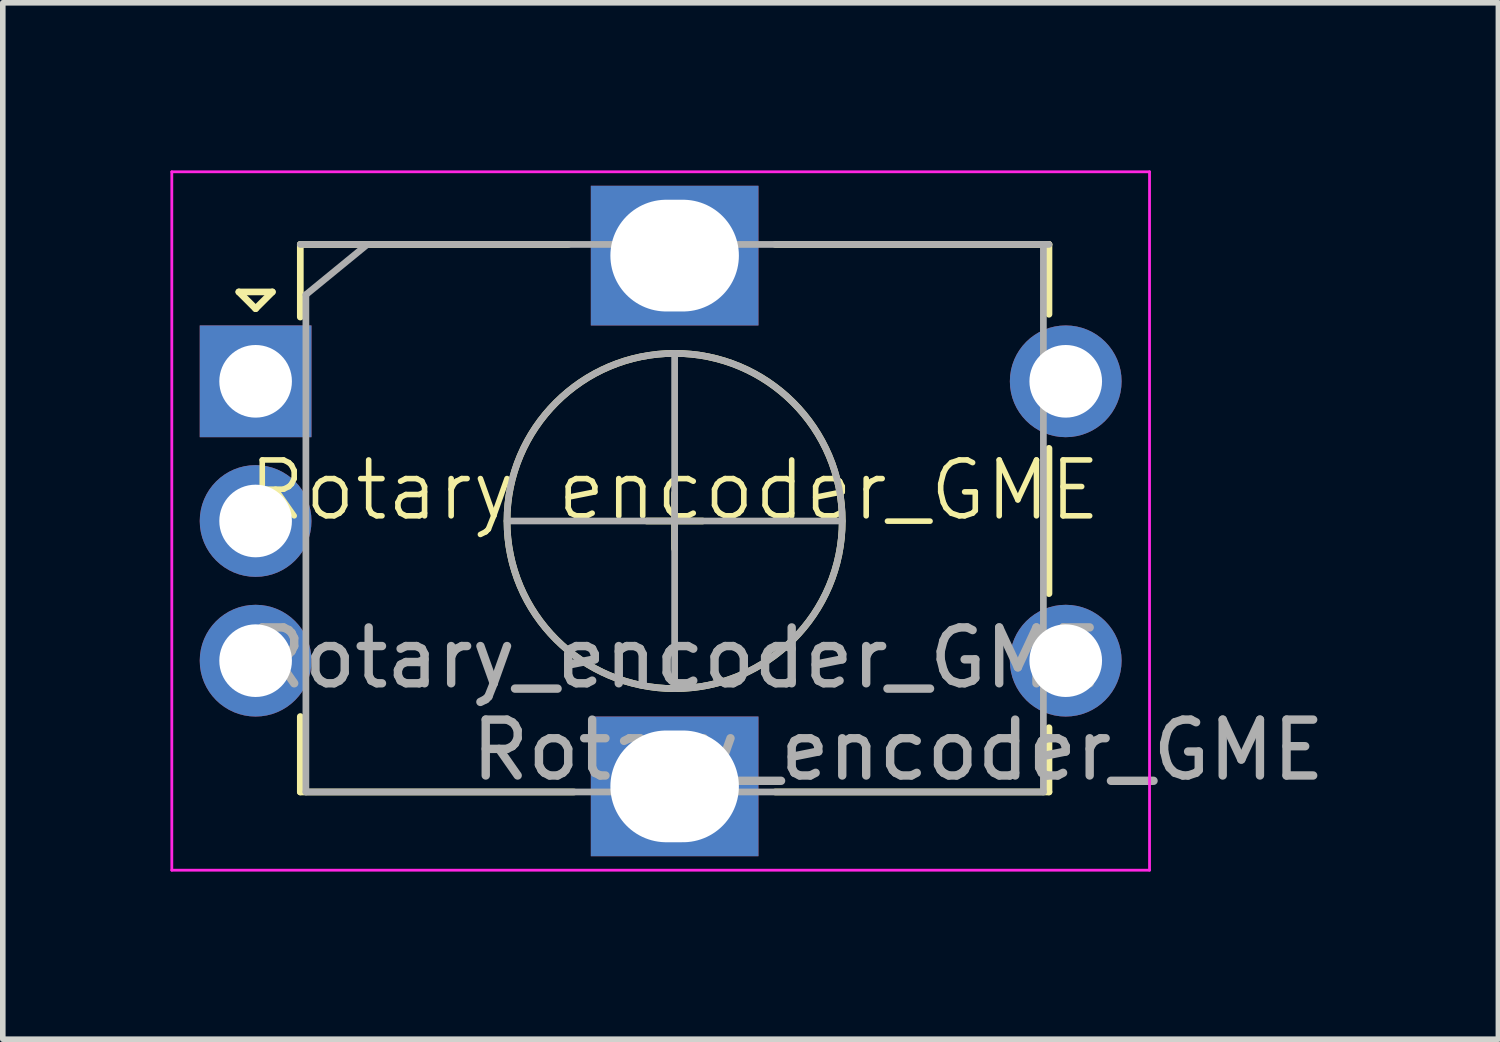
<source format=kicad_pcb>
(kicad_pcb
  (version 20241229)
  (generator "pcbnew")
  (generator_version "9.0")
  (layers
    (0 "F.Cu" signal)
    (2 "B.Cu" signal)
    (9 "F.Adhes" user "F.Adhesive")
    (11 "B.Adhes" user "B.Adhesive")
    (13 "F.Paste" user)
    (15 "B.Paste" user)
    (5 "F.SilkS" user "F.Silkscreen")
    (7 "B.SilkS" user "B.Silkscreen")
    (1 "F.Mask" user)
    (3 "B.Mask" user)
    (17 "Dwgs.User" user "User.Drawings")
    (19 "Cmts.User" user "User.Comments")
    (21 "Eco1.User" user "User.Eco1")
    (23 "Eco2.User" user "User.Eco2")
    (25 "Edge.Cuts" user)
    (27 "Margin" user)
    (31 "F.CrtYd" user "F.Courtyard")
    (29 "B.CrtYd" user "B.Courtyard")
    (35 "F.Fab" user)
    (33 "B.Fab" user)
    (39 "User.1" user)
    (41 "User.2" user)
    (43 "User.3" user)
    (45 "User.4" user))
  (footprint "Rotary_encoder_GME"
    (layer "F.Cu")
    (at 9.025 6.225)
    (property "Reference" "Rotary_encoder_GME" (at 0 -0.5 0) (unlocked yes) (layer "F.SilkS") (effects (font (size 1 1) (thickness 0.1))))
    (attr through_hole)
    (fp_line (start -7.8 -4.05) (end -7.2 -4.05) (stroke (width 0.12) (type solid)) (layer "F.SilkS"))
    (fp_line (start -7.5 -3.75) (end -7.8 -4.05) (stroke (width 0.12) (type solid)) (layer "F.SilkS"))
    (fp_line (start -7.2 -4.05) (end -7.5 -3.75) (stroke (width 0.12) (type solid)) (layer "F.SilkS"))
    (fp_line (start -6.7 -4.9) (end -6.7 -3.6) (stroke (width 0.12) (type solid)) (layer "F.SilkS"))
    (fp_line (start -6.7 4.9) (end -6.7 3.55) (stroke (width 0.12) (type solid)) (layer "F.SilkS"))
    (fp_line (start -1.9 -4.9) (end -6.7 -4.9) (stroke (width 0.12) (type solid)) (layer "F.SilkS"))
    (fp_line (start -1.8 4.9) (end -6.7 4.9) (stroke (width 0.12) (type solid)) (layer "F.SilkS"))
    (fp_line (start -0.5 0.05) (end 0.5 0.05) (stroke (width 0.12) (type solid)) (layer "F.SilkS"))
    (fp_line (start 0 -0.45) (end 0 0.55) (stroke (width 0.12) (type solid)) (layer "F.SilkS"))
    (fp_line (start 1.8 -4.9) (end 6.7 -4.9) (stroke (width 0.12) (type solid)) (layer "F.SilkS"))
    (fp_line (start 6.7 -4.9) (end 6.7 -3.65) (stroke (width 0.12) (type solid)) (layer "F.SilkS"))
    (fp_line (start 6.7 -1.25) (end 6.7 1.35) (stroke (width 0.12) (type solid)) (layer "F.SilkS"))
    (fp_line (start 6.7 3.75) (end 6.7 4.9) (stroke (width 0.12) (type solid)) (layer "F.SilkS"))
    (fp_line (start 6.7 4.9) (end 1.8 4.9) (stroke (width 0.12) (type solid)) (layer "F.SilkS"))
    (fp_circle (center 0 0.05) (end 3 0.05) (stroke (width 0.12) (type solid)) (fill no) (layer "F.SilkS"))
    (fp_line (start -9 -6.2) (end -9 6.3) (stroke (width 0.05) (type solid)) (layer "F.CrtYd"))
    (fp_line (start -9 -6.2) (end 8.5 -6.2) (stroke (width 0.05) (type solid)) (layer "F.CrtYd"))
    (fp_line (start 8.5 6.3) (end -9 6.3) (stroke (width 0.05) (type solid)) (layer "F.CrtYd"))
    (fp_line (start 8.5 6.3) (end 8.5 -6.2) (stroke (width 0.05) (type solid)) (layer "F.CrtYd"))
    (fp_line (start -6.7 -4.9) (end 6.7 -4.9) (stroke (width 0.12) (type solid)) (layer "F.Fab"))
    (fp_line (start -6.6 -4) (end -5.5 -4.9) (stroke (width 0.12) (type solid)) (layer "F.Fab"))
    (fp_line (start -6.6 4.9) (end -6.6 -4) (stroke (width 0.12) (type solid)) (layer "F.Fab"))
    (fp_line (start -3 0.05) (end 3 0.05) (stroke (width 0.12) (type solid)) (layer "F.Fab"))
    (fp_line (start 0 -2.95) (end 0 3.05) (stroke (width 0.12) (type solid)) (layer "F.Fab"))
    (fp_line (start 6.6 -4.9) (end 6.6 4.9) (stroke (width 0.12) (type solid)) (layer "F.Fab"))
    (fp_line (start 6.6 4.9) (end -6.6 4.9) (stroke (width 0.12) (type solid)) (layer "F.Fab"))
    (fp_circle (center 0 0.05) (end 3 0.05) (stroke (width 0.12) (type solid)) (fill no) (layer "F.Fab"))
    (fp_text user "${REFERENCE}" (at 4 4.15 0) (layer "F.Fab") (effects (font (size 1 1) (thickness 0.15))))
    (fp_text user "${REFERENCE}" (at 0 2.5 0) (unlocked yes) (layer "F.Fab") (effects (font (size 1 1) (thickness 0.15))))
    (pad "A" thru_hole rect (at -7.5 -2.45) (size 2 2) (drill 1.3) (layers "*.Cu" "*.Mask"))
    (pad "B" thru_hole circle (at -7.5 2.55) (size 2 2) (drill 1.3) (layers "*.Cu" "*.Mask"))
    (pad "C" thru_hole circle (at -7.5 0.05) (size 2 2) (drill 1.3) (layers "*.Cu" "*.Mask"))
    (pad "MP" thru_hole rect (at 0 -4.7) (size 3 2.5) (drill oval 2.3 2) (layers "*.Cu" "*.Mask"))
    (pad "MP" thru_hole rect (at 0 4.8) (size 3 2.5) (drill oval 2.3 2) (layers "*.Cu" "*.Mask"))
    (pad "S1" thru_hole circle (at 7 -2.45) (size 2 2) (drill 1.3) (layers "*.Cu" "*.Mask"))
    (pad "S2" thru_hole circle (at 7 2.55) (size 2 2) (drill 1.3) (layers "*.Cu" "*.Mask")))
  (gr_rect
    (start -3 -3)
    (end 23.769 15.55)
    (stroke (width 0.1) (type default))
    (fill no)
    (layer "Edge.Cuts")))
</source>
